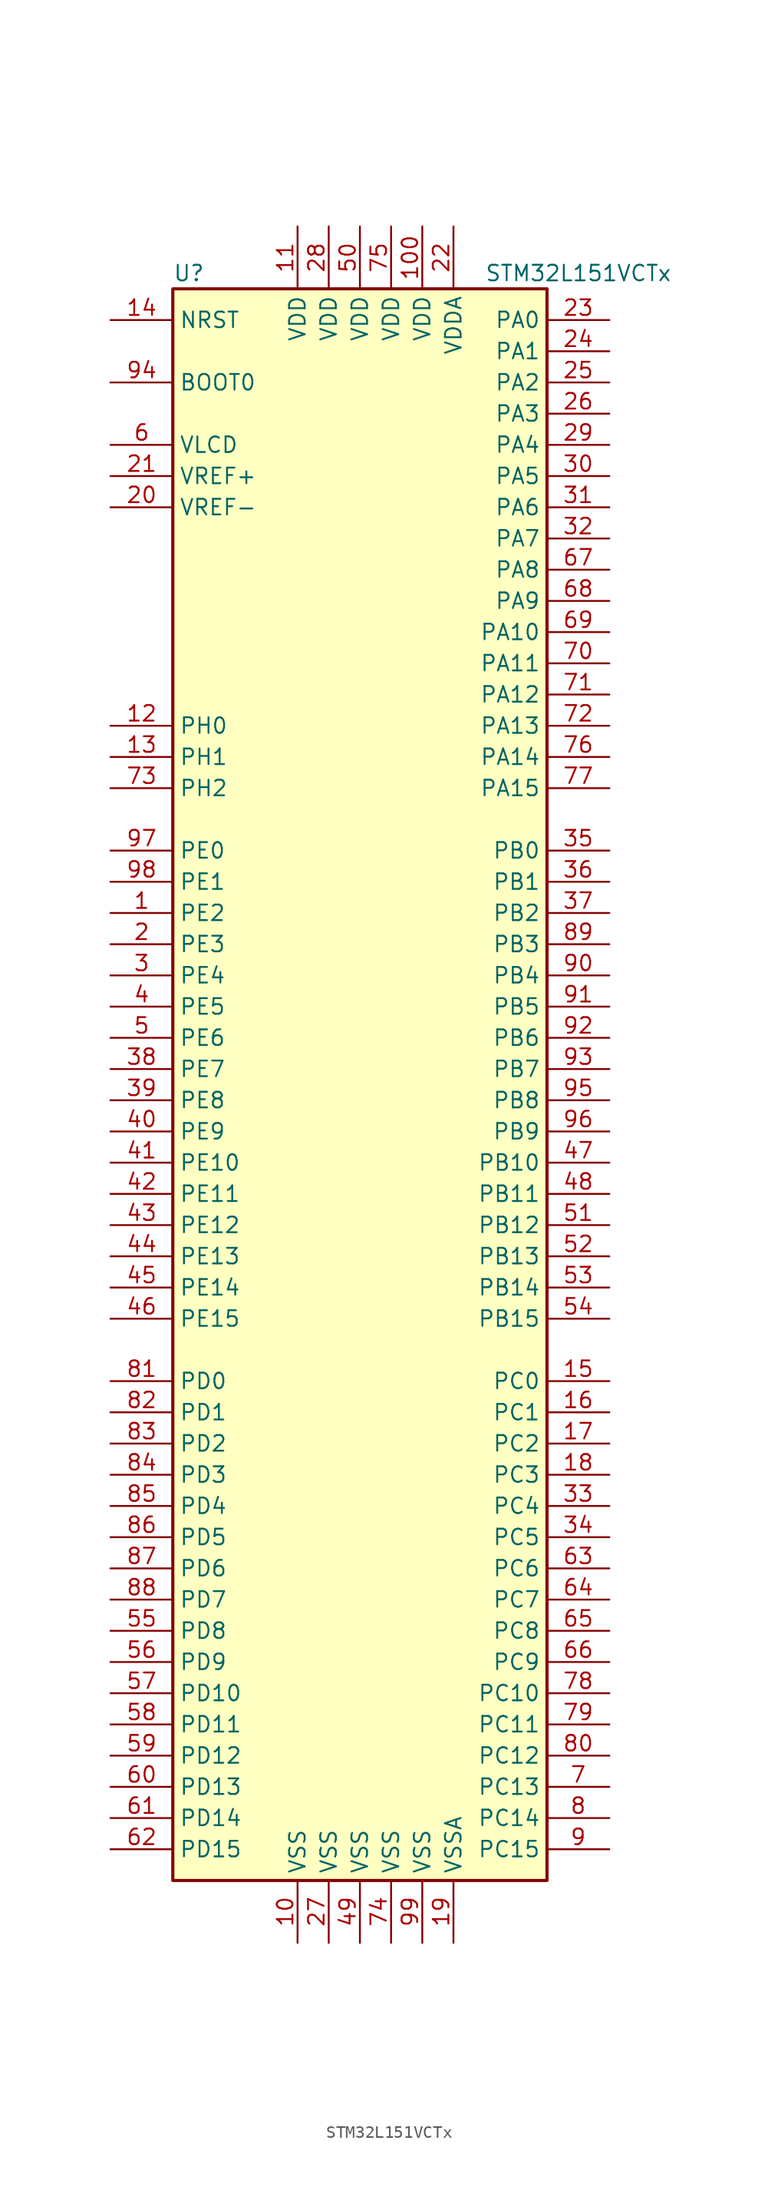
<source format=kicad_sym>
(kicad_symbol_lib
  (version 20201005)
  (generator kicad_symbol_editor)
  (symbol "MCU_ST_STM32L1:STM32L151VCTx"
    (property "Reference" "U"
      (at -15.24 64.77 0)
      (effects (font (size 1.27 1.27)) (justify left)))
    (property "Value" "STM32L151VCTx"
      (at 10.16 64.77 0)
      (effects (font (size 1.27 1.27)) (justify left)))
    (symbol "STM32L151VCTx_0_1"
      (rectangle (start -15.24 -66.04) (end 15.24 63.5) (stroke (width 0.254)) (fill (type background))))
    (symbol "STM32L151VCTx_1_1"
      (pin input line (at -20.32 55.88 0) (length 5.08) (name "BOOT0" (effects (font (size 1.27 1.27)))) (number "94" (effects (font (size 1.27 1.27)))))
      (pin input line (at -20.32 60.96 0) (length 5.08) (name "NRST" (effects (font (size 1.27 1.27)))) (number "14" (effects (font (size 1.27 1.27)))))
      (pin bidirectional line (at 20.32 60.96 180) (length 5.08) (name "PA0" (effects (font (size 1.27 1.27)))) (number "23" (effects (font (size 1.27 1.27)))))
      (pin bidirectional line (at 20.32 58.42 180) (length 5.08) (name "PA1" (effects (font (size 1.27 1.27)))) (number "24" (effects (font (size 1.27 1.27)))))
      (pin bidirectional line (at 20.32 35.56 180) (length 5.08) (name "PA10" (effects (font (size 1.27 1.27)))) (number "69" (effects (font (size 1.27 1.27)))))
      (pin bidirectional line (at 20.32 33.02 180) (length 5.08) (name "PA11" (effects (font (size 1.27 1.27)))) (number "70" (effects (font (size 1.27 1.27)))))
      (pin bidirectional line (at 20.32 30.48 180) (length 5.08) (name "PA12" (effects (font (size 1.27 1.27)))) (number "71" (effects (font (size 1.27 1.27)))))
      (pin bidirectional line (at 20.32 27.94 180) (length 5.08) (name "PA13" (effects (font (size 1.27 1.27)))) (number "72" (effects (font (size 1.27 1.27)))))
      (pin bidirectional line (at 20.32 25.4 180) (length 5.08) (name "PA14" (effects (font (size 1.27 1.27)))) (number "76" (effects (font (size 1.27 1.27)))))
      (pin bidirectional line (at 20.32 22.86 180) (length 5.08) (name "PA15" (effects (font (size 1.27 1.27)))) (number "77" (effects (font (size 1.27 1.27)))))
      (pin bidirectional line (at 20.32 55.88 180) (length 5.08) (name "PA2" (effects (font (size 1.27 1.27)))) (number "25" (effects (font (size 1.27 1.27)))))
      (pin bidirectional line (at 20.32 53.34 180) (length 5.08) (name "PA3" (effects (font (size 1.27 1.27)))) (number "26" (effects (font (size 1.27 1.27)))))
      (pin bidirectional line (at 20.32 50.8 180) (length 5.08) (name "PA4" (effects (font (size 1.27 1.27)))) (number "29" (effects (font (size 1.27 1.27)))))
      (pin bidirectional line (at 20.32 48.26 180) (length 5.08) (name "PA5" (effects (font (size 1.27 1.27)))) (number "30" (effects (font (size 1.27 1.27)))))
      (pin bidirectional line (at 20.32 45.72 180) (length 5.08) (name "PA6" (effects (font (size 1.27 1.27)))) (number "31" (effects (font (size 1.27 1.27)))))
      (pin bidirectional line (at 20.32 43.18 180) (length 5.08) (name "PA7" (effects (font (size 1.27 1.27)))) (number "32" (effects (font (size 1.27 1.27)))))
      (pin bidirectional line (at 20.32 40.64 180) (length 5.08) (name "PA8" (effects (font (size 1.27 1.27)))) (number "67" (effects (font (size 1.27 1.27)))))
      (pin bidirectional line (at 20.32 38.1 180) (length 5.08) (name "PA9" (effects (font (size 1.27 1.27)))) (number "68" (effects (font (size 1.27 1.27)))))
      (pin bidirectional line (at 20.32 17.78 180) (length 5.08) (name "PB0" (effects (font (size 1.27 1.27)))) (number "35" (effects (font (size 1.27 1.27)))))
      (pin bidirectional line (at 20.32 15.24 180) (length 5.08) (name "PB1" (effects (font (size 1.27 1.27)))) (number "36" (effects (font (size 1.27 1.27)))))
      (pin bidirectional line (at 20.32 -7.62 180) (length 5.08) (name "PB10" (effects (font (size 1.27 1.27)))) (number "47" (effects (font (size 1.27 1.27)))))
      (pin bidirectional line (at 20.32 -10.16 180) (length 5.08) (name "PB11" (effects (font (size 1.27 1.27)))) (number "48" (effects (font (size 1.27 1.27)))))
      (pin bidirectional line (at 20.32 -12.7 180) (length 5.08) (name "PB12" (effects (font (size 1.27 1.27)))) (number "51" (effects (font (size 1.27 1.27)))))
      (pin bidirectional line (at 20.32 -15.24 180) (length 5.08) (name "PB13" (effects (font (size 1.27 1.27)))) (number "52" (effects (font (size 1.27 1.27)))))
      (pin bidirectional line (at 20.32 -17.78 180) (length 5.08) (name "PB14" (effects (font (size 1.27 1.27)))) (number "53" (effects (font (size 1.27 1.27)))))
      (pin bidirectional line (at 20.32 -20.32 180) (length 5.08) (name "PB15" (effects (font (size 1.27 1.27)))) (number "54" (effects (font (size 1.27 1.27)))))
      (pin bidirectional line (at 20.32 12.7 180) (length 5.08) (name "PB2" (effects (font (size 1.27 1.27)))) (number "37" (effects (font (size 1.27 1.27)))))
      (pin bidirectional line (at 20.32 10.16 180) (length 5.08) (name "PB3" (effects (font (size 1.27 1.27)))) (number "89" (effects (font (size 1.27 1.27)))))
      (pin bidirectional line (at 20.32 7.62 180) (length 5.08) (name "PB4" (effects (font (size 1.27 1.27)))) (number "90" (effects (font (size 1.27 1.27)))))
      (pin bidirectional line (at 20.32 5.08 180) (length 5.08) (name "PB5" (effects (font (size 1.27 1.27)))) (number "91" (effects (font (size 1.27 1.27)))))
      (pin bidirectional line (at 20.32 2.54 180) (length 5.08) (name "PB6" (effects (font (size 1.27 1.27)))) (number "92" (effects (font (size 1.27 1.27)))))
      (pin bidirectional line (at 20.32 0 180) (length 5.08) (name "PB7" (effects (font (size 1.27 1.27)))) (number "93" (effects (font (size 1.27 1.27)))))
      (pin bidirectional line (at 20.32 -2.54 180) (length 5.08) (name "PB8" (effects (font (size 1.27 1.27)))) (number "95" (effects (font (size 1.27 1.27)))))
      (pin bidirectional line (at 20.32 -5.08 180) (length 5.08) (name "PB9" (effects (font (size 1.27 1.27)))) (number "96" (effects (font (size 1.27 1.27)))))
      (pin bidirectional line (at 20.32 -25.4 180) (length 5.08) (name "PC0" (effects (font (size 1.27 1.27)))) (number "15" (effects (font (size 1.27 1.27)))))
      (pin bidirectional line (at 20.32 -27.94 180) (length 5.08) (name "PC1" (effects (font (size 1.27 1.27)))) (number "16" (effects (font (size 1.27 1.27)))))
      (pin bidirectional line (at 20.32 -50.8 180) (length 5.08) (name "PC10" (effects (font (size 1.27 1.27)))) (number "78" (effects (font (size 1.27 1.27)))))
      (pin bidirectional line (at 20.32 -53.34 180) (length 5.08) (name "PC11" (effects (font (size 1.27 1.27)))) (number "79" (effects (font (size 1.27 1.27)))))
      (pin bidirectional line (at 20.32 -55.88 180) (length 5.08) (name "PC12" (effects (font (size 1.27 1.27)))) (number "80" (effects (font (size 1.27 1.27)))))
      (pin bidirectional line (at 20.32 -58.42 180) (length 5.08) (name "PC13" (effects (font (size 1.27 1.27)))) (number "7" (effects (font (size 1.27 1.27)))))
      (pin bidirectional line (at 20.32 -60.96 180) (length 5.08) (name "PC14" (effects (font (size 1.27 1.27)))) (number "8" (effects (font (size 1.27 1.27)))))
      (pin bidirectional line (at 20.32 -63.5 180) (length 5.08) (name "PC15" (effects (font (size 1.27 1.27)))) (number "9" (effects (font (size 1.27 1.27)))))
      (pin bidirectional line (at 20.32 -30.48 180) (length 5.08) (name "PC2" (effects (font (size 1.27 1.27)))) (number "17" (effects (font (size 1.27 1.27)))))
      (pin bidirectional line (at 20.32 -33.02 180) (length 5.08) (name "PC3" (effects (font (size 1.27 1.27)))) (number "18" (effects (font (size 1.27 1.27)))))
      (pin bidirectional line (at 20.32 -35.56 180) (length 5.08) (name "PC4" (effects (font (size 1.27 1.27)))) (number "33" (effects (font (size 1.27 1.27)))))
      (pin bidirectional line (at 20.32 -38.1 180) (length 5.08) (name "PC5" (effects (font (size 1.27 1.27)))) (number "34" (effects (font (size 1.27 1.27)))))
      (pin bidirectional line (at 20.32 -40.64 180) (length 5.08) (name "PC6" (effects (font (size 1.27 1.27)))) (number "63" (effects (font (size 1.27 1.27)))))
      (pin bidirectional line (at 20.32 -43.18 180) (length 5.08) (name "PC7" (effects (font (size 1.27 1.27)))) (number "64" (effects (font (size 1.27 1.27)))))
      (pin bidirectional line (at 20.32 -45.72 180) (length 5.08) (name "PC8" (effects (font (size 1.27 1.27)))) (number "65" (effects (font (size 1.27 1.27)))))
      (pin bidirectional line (at 20.32 -48.26 180) (length 5.08) (name "PC9" (effects (font (size 1.27 1.27)))) (number "66" (effects (font (size 1.27 1.27)))))
      (pin bidirectional line (at -20.32 -25.4 0) (length 5.08) (name "PD0" (effects (font (size 1.27 1.27)))) (number "81" (effects (font (size 1.27 1.27)))))
      (pin bidirectional line (at -20.32 -27.94 0) (length 5.08) (name "PD1" (effects (font (size 1.27 1.27)))) (number "82" (effects (font (size 1.27 1.27)))))
      (pin bidirectional line (at -20.32 -50.8 0) (length 5.08) (name "PD10" (effects (font (size 1.27 1.27)))) (number "57" (effects (font (size 1.27 1.27)))))
      (pin bidirectional line (at -20.32 -53.34 0) (length 5.08) (name "PD11" (effects (font (size 1.27 1.27)))) (number "58" (effects (font (size 1.27 1.27)))))
      (pin bidirectional line (at -20.32 -55.88 0) (length 5.08) (name "PD12" (effects (font (size 1.27 1.27)))) (number "59" (effects (font (size 1.27 1.27)))))
      (pin bidirectional line (at -20.32 -58.42 0) (length 5.08) (name "PD13" (effects (font (size 1.27 1.27)))) (number "60" (effects (font (size 1.27 1.27)))))
      (pin bidirectional line (at -20.32 -60.96 0) (length 5.08) (name "PD14" (effects (font (size 1.27 1.27)))) (number "61" (effects (font (size 1.27 1.27)))))
      (pin bidirectional line (at -20.32 -63.5 0) (length 5.08) (name "PD15" (effects (font (size 1.27 1.27)))) (number "62" (effects (font (size 1.27 1.27)))))
      (pin bidirectional line (at -20.32 -30.48 0) (length 5.08) (name "PD2" (effects (font (size 1.27 1.27)))) (number "83" (effects (font (size 1.27 1.27)))))
      (pin bidirectional line (at -20.32 -33.02 0) (length 5.08) (name "PD3" (effects (font (size 1.27 1.27)))) (number "84" (effects (font (size 1.27 1.27)))))
      (pin bidirectional line (at -20.32 -35.56 0) (length 5.08) (name "PD4" (effects (font (size 1.27 1.27)))) (number "85" (effects (font (size 1.27 1.27)))))
      (pin bidirectional line (at -20.32 -38.1 0) (length 5.08) (name "PD5" (effects (font (size 1.27 1.27)))) (number "86" (effects (font (size 1.27 1.27)))))
      (pin bidirectional line (at -20.32 -40.64 0) (length 5.08) (name "PD6" (effects (font (size 1.27 1.27)))) (number "87" (effects (font (size 1.27 1.27)))))
      (pin bidirectional line (at -20.32 -43.18 0) (length 5.08) (name "PD7" (effects (font (size 1.27 1.27)))) (number "88" (effects (font (size 1.27 1.27)))))
      (pin bidirectional line (at -20.32 -45.72 0) (length 5.08) (name "PD8" (effects (font (size 1.27 1.27)))) (number "55" (effects (font (size 1.27 1.27)))))
      (pin bidirectional line (at -20.32 -48.26 0) (length 5.08) (name "PD9" (effects (font (size 1.27 1.27)))) (number "56" (effects (font (size 1.27 1.27)))))
      (pin bidirectional line (at -20.32 17.78 0) (length 5.08) (name "PE0" (effects (font (size 1.27 1.27)))) (number "97" (effects (font (size 1.27 1.27)))))
      (pin bidirectional line (at -20.32 15.24 0) (length 5.08) (name "PE1" (effects (font (size 1.27 1.27)))) (number "98" (effects (font (size 1.27 1.27)))))
      (pin bidirectional line (at -20.32 -7.62 0) (length 5.08) (name "PE10" (effects (font (size 1.27 1.27)))) (number "41" (effects (font (size 1.27 1.27)))))
      (pin bidirectional line (at -20.32 -10.16 0) (length 5.08) (name "PE11" (effects (font (size 1.27 1.27)))) (number "42" (effects (font (size 1.27 1.27)))))
      (pin bidirectional line (at -20.32 -12.7 0) (length 5.08) (name "PE12" (effects (font (size 1.27 1.27)))) (number "43" (effects (font (size 1.27 1.27)))))
      (pin bidirectional line (at -20.32 -15.24 0) (length 5.08) (name "PE13" (effects (font (size 1.27 1.27)))) (number "44" (effects (font (size 1.27 1.27)))))
      (pin bidirectional line (at -20.32 -17.78 0) (length 5.08) (name "PE14" (effects (font (size 1.27 1.27)))) (number "45" (effects (font (size 1.27 1.27)))))
      (pin bidirectional line (at -20.32 -20.32 0) (length 5.08) (name "PE15" (effects (font (size 1.27 1.27)))) (number "46" (effects (font (size 1.27 1.27)))))
      (pin bidirectional line (at -20.32 12.7 0) (length 5.08) (name "PE2" (effects (font (size 1.27 1.27)))) (number "1" (effects (font (size 1.27 1.27)))))
      (pin bidirectional line (at -20.32 10.16 0) (length 5.08) (name "PE3" (effects (font (size 1.27 1.27)))) (number "2" (effects (font (size 1.27 1.27)))))
      (pin bidirectional line (at -20.32 7.62 0) (length 5.08) (name "PE4" (effects (font (size 1.27 1.27)))) (number "3" (effects (font (size 1.27 1.27)))))
      (pin bidirectional line (at -20.32 5.08 0) (length 5.08) (name "PE5" (effects (font (size 1.27 1.27)))) (number "4" (effects (font (size 1.27 1.27)))))
      (pin bidirectional line (at -20.32 2.54 0) (length 5.08) (name "PE6" (effects (font (size 1.27 1.27)))) (number "5" (effects (font (size 1.27 1.27)))))
      (pin bidirectional line (at -20.32 0 0) (length 5.08) (name "PE7" (effects (font (size 1.27 1.27)))) (number "38" (effects (font (size 1.27 1.27)))))
      (pin bidirectional line (at -20.32 -2.54 0) (length 5.08) (name "PE8" (effects (font (size 1.27 1.27)))) (number "39" (effects (font (size 1.27 1.27)))))
      (pin bidirectional line (at -20.32 -5.08 0) (length 5.08) (name "PE9" (effects (font (size 1.27 1.27)))) (number "40" (effects (font (size 1.27 1.27)))))
      (pin input line (at -20.32 27.94 0) (length 5.08) (name "PH0" (effects (font (size 1.27 1.27)))) (number "12" (effects (font (size 1.27 1.27)))))
      (pin input line (at -20.32 25.4 0) (length 5.08) (name "PH1" (effects (font (size 1.27 1.27)))) (number "13" (effects (font (size 1.27 1.27)))))
      (pin bidirectional line (at -20.32 22.86 0) (length 5.08) (name "PH2" (effects (font (size 1.27 1.27)))) (number "73" (effects (font (size 1.27 1.27)))))
      (pin power_in line (at 5.08 68.58 270) (length 5.08) (name "VDD" (effects (font (size 1.27 1.27)))) (number "100" (effects (font (size 1.27 1.27)))))
      (pin power_in line (at -5.08 68.58 270) (length 5.08) (name "VDD" (effects (font (size 1.27 1.27)))) (number "11" (effects (font (size 1.27 1.27)))))
      (pin power_in line (at -2.54 68.58 270) (length 5.08) (name "VDD" (effects (font (size 1.27 1.27)))) (number "28" (effects (font (size 1.27 1.27)))))
      (pin power_in line (at 0 68.58 270) (length 5.08) (name "VDD" (effects (font (size 1.27 1.27)))) (number "50" (effects (font (size 1.27 1.27)))))
      (pin power_in line (at 2.54 68.58 270) (length 5.08) (name "VDD" (effects (font (size 1.27 1.27)))) (number "75" (effects (font (size 1.27 1.27)))))
      (pin power_in line (at 7.62 68.58 270) (length 5.08) (name "VDDA" (effects (font (size 1.27 1.27)))) (number "22" (effects (font (size 1.27 1.27)))))
      (pin power_in line (at -20.32 50.8 0) (length 5.08) (name "VLCD" (effects (font (size 1.27 1.27)))) (number "6" (effects (font (size 1.27 1.27)))))
      (pin power_in line (at -20.32 48.26 0) (length 5.08) (name "VREF+" (effects (font (size 1.27 1.27)))) (number "21" (effects (font (size 1.27 1.27)))))
      (pin power_in line (at -20.32 45.72 0) (length 5.08) (name "VREF-" (effects (font (size 1.27 1.27)))) (number "20" (effects (font (size 1.27 1.27)))))
      (pin power_in line (at -5.08 -71.12 90) (length 5.08) (name "VSS" (effects (font (size 1.27 1.27)))) (number "10" (effects (font (size 1.27 1.27)))))
      (pin power_in line (at -2.54 -71.12 90) (length 5.08) (name "VSS" (effects (font (size 1.27 1.27)))) (number "27" (effects (font (size 1.27 1.27)))))
      (pin power_in line (at 0 -71.12 90) (length 5.08) (name "VSS" (effects (font (size 1.27 1.27)))) (number "49" (effects (font (size 1.27 1.27)))))
      (pin power_in line (at 2.54 -71.12 90) (length 5.08) (name "VSS" (effects (font (size 1.27 1.27)))) (number "74" (effects (font (size 1.27 1.27)))))
      (pin power_in line (at 5.08 -71.12 90) (length 5.08) (name "VSS" (effects (font (size 1.27 1.27)))) (number "99" (effects (font (size 1.27 1.27)))))
      (pin power_in line (at 7.62 -71.12 90) (length 5.08) (name "VSSA" (effects (font (size 1.27 1.27)))) (number "19" (effects (font (size 1.27 1.27))))))))
</source>
